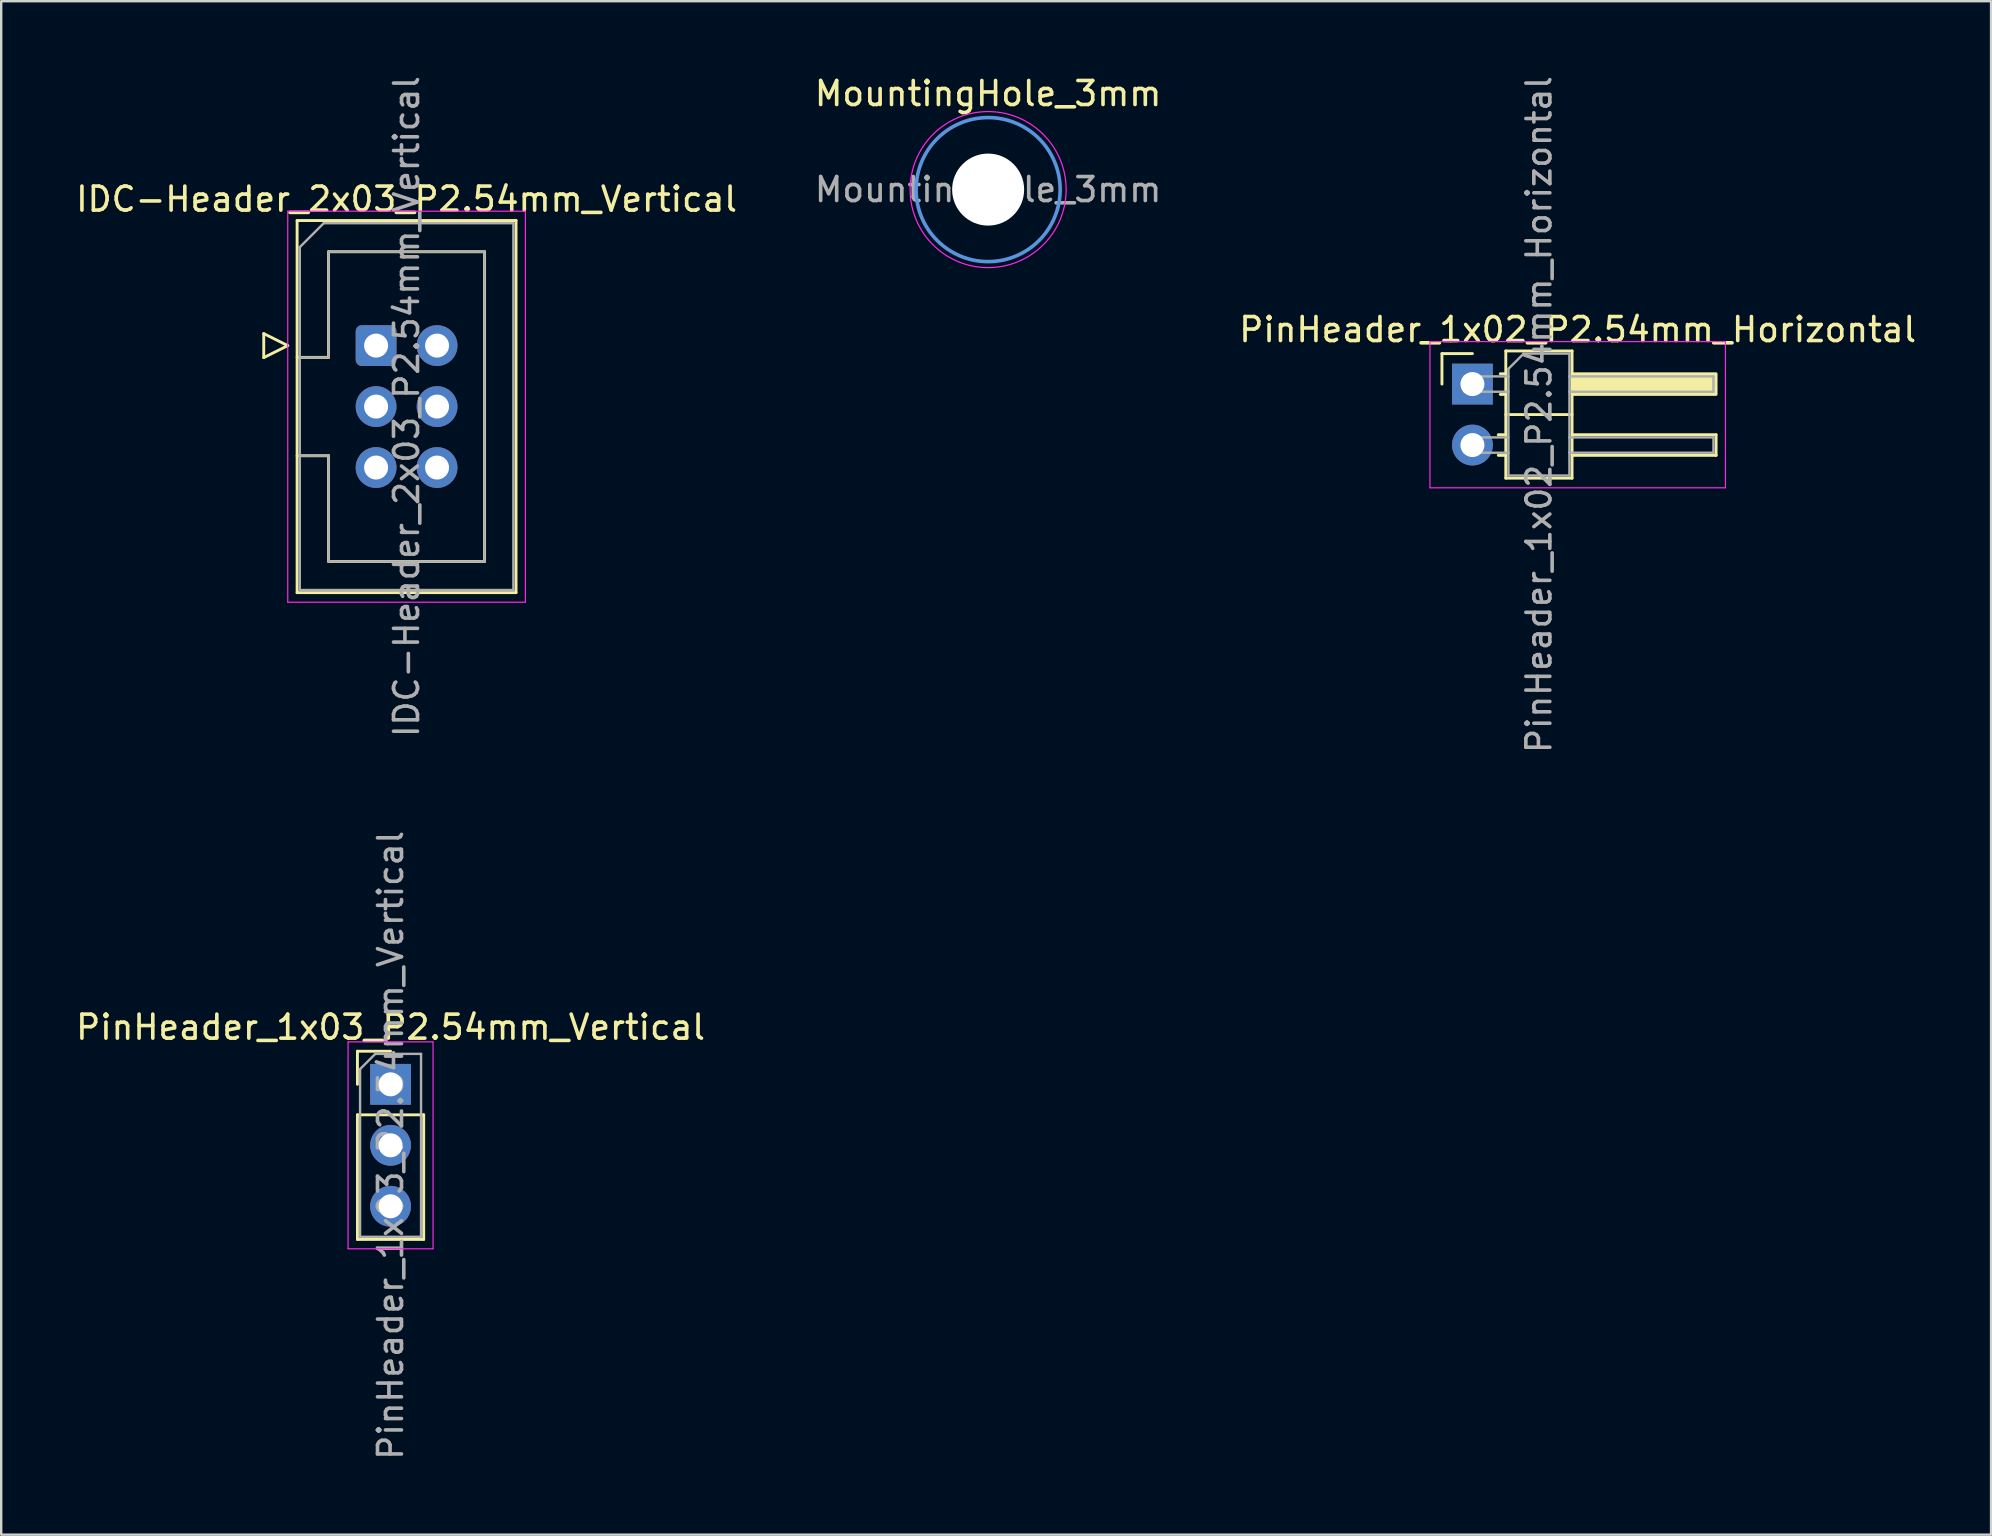
<source format=kicad_pcb>
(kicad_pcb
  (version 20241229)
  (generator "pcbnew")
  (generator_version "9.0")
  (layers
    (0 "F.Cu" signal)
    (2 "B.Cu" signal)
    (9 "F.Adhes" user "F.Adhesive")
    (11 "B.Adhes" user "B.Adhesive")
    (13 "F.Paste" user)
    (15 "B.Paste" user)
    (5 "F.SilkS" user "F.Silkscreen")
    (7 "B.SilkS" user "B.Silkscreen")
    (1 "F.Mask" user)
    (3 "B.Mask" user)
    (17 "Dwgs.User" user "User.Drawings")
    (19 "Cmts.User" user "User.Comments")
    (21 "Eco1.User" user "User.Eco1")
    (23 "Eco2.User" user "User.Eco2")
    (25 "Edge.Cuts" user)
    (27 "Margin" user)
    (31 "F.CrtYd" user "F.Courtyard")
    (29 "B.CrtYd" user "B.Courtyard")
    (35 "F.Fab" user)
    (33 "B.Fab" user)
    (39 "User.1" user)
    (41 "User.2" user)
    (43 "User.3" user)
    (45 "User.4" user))
  (footprint "PinHeader_1x03_P2.54mm_Vertical"
    (layer "F.Cu")
    (at 13.22 42.121)
    (property "Reference" "PinHeader_1x03_P2.54mm_Vertical" (at 0 -2.38 180) (layer "F.SilkS") (effects (font (size 1 1) (thickness 0.15))))
    (attr through_hole)
    (fp_line (start -1.38 -1.38) (end 0 -1.38) (stroke (width 0.12) (type solid)) (layer "F.SilkS"))
    (fp_line (start -1.38 0) (end -1.38 -1.38) (stroke (width 0.12) (type solid)) (layer "F.SilkS"))
    (fp_line (start -1.38 1.27) (end -1.38 6.46) (stroke (width 0.12) (type solid)) (layer "F.SilkS"))
    (fp_line (start -1.38 1.27) (end 1.38 1.27) (stroke (width 0.12) (type solid)) (layer "F.SilkS"))
    (fp_line (start -1.38 6.46) (end 1.38 6.46) (stroke (width 0.12) (type solid)) (layer "F.SilkS"))
    (fp_line (start 1.38 1.27) (end 1.38 6.46) (stroke (width 0.12) (type solid)) (layer "F.SilkS"))
    (fp_line (start -1.77 -1.77) (end -1.77 6.85) (stroke (width 0.05) (type solid)) (layer "F.CrtYd"))
    (fp_line (start -1.77 6.85) (end 1.77 6.85) (stroke (width 0.05) (type solid)) (layer "F.CrtYd"))
    (fp_line (start 1.77 -1.77) (end -1.77 -1.77) (stroke (width 0.05) (type solid)) (layer "F.CrtYd"))
    (fp_line (start 1.77 6.85) (end 1.77 -1.77) (stroke (width 0.05) (type solid)) (layer "F.CrtYd"))
    (fp_line (start -1.27 -0.635) (end -0.635 -1.27) (stroke (width 0.1) (type solid)) (layer "F.Fab"))
    (fp_line (start -1.27 6.35) (end -1.27 -0.635) (stroke (width 0.1) (type solid)) (layer "F.Fab"))
    (fp_line (start -0.635 -1.27) (end 1.27 -1.27) (stroke (width 0.1) (type solid)) (layer "F.Fab"))
    (fp_line (start 1.27 -1.27) (end 1.27 6.35) (stroke (width 0.1) (type solid)) (layer "F.Fab"))
    (fp_line (start 1.27 6.35) (end -1.27 6.35) (stroke (width 0.1) (type solid)) (layer "F.Fab"))
    (fp_text user "${REFERENCE}" (at 0 2.54 270) (layer "F.Fab") (effects (font (size 1 1) (thickness 0.15))))
    (pad "1" thru_hole rect (at 0 0) (size 1.7 1.7) (drill 1) (layers "*.Cu" "*.Mask"))
    (pad "2" thru_hole circle (at 0 2.54) (size 1.7 1.7) (drill 1) (layers "*.Cu" "*.Mask"))
    (pad "3" thru_hole circle (at 0 5.08) (size 1.7 1.7) (drill 1) (layers "*.Cu" "*.Mask")))
  (footprint "IDC-Header_2x03_P2.54mm_Vertical"
    (layer "F.Cu")
    (at 12.617 11.347)
    (property "Reference" "IDC-Header_2x03_P2.54mm_Vertical" (at 1.27 -6.1 0) (layer "F.SilkS") (effects (font (size 1 1) (thickness 0.15))))
    (attr through_hole)
    (fp_line (start -4.68 -0.5) (end -4.68 0.5) (stroke (width 0.12) (type solid)) (layer "F.SilkS"))
    (fp_line (start -4.68 0.5) (end -3.68 0) (stroke (width 0.12) (type solid)) (layer "F.SilkS"))
    (fp_line (start -3.68 0) (end -4.68 -0.5) (stroke (width 0.12) (type solid)) (layer "F.SilkS"))
    (fp_line (start -3.29 -5.21) (end 5.83 -5.21) (stroke (width 0.12) (type solid)) (layer "F.SilkS"))
    (fp_line (start -3.29 0.49) (end -1.98 0.49) (stroke (width 0.12) (type solid)) (layer "F.SilkS"))
    (fp_line (start -3.29 10.29) (end -3.29 -5.21) (stroke (width 0.12) (type solid)) (layer "F.SilkS"))
    (fp_line (start -1.98 -3.91) (end 4.52 -3.91) (stroke (width 0.12) (type solid)) (layer "F.SilkS"))
    (fp_line (start -1.98 0.49) (end -1.98 -3.91) (stroke (width 0.12) (type solid)) (layer "F.SilkS"))
    (fp_line (start -1.98 4.59) (end -3.29 4.59) (stroke (width 0.12) (type solid)) (layer "F.SilkS"))
    (fp_line (start -1.98 4.59) (end -1.98 4.59) (stroke (width 0.12) (type solid)) (layer "F.SilkS"))
    (fp_line (start -1.98 8.99) (end -1.98 4.59) (stroke (width 0.12) (type solid)) (layer "F.SilkS"))
    (fp_line (start 4.52 -3.91) (end 4.52 8.99) (stroke (width 0.12) (type solid)) (layer "F.SilkS"))
    (fp_line (start 4.52 8.99) (end -1.98 8.99) (stroke (width 0.12) (type solid)) (layer "F.SilkS"))
    (fp_line (start 5.83 -5.21) (end 5.83 10.29) (stroke (width 0.12) (type solid)) (layer "F.SilkS"))
    (fp_line (start 5.83 10.29) (end -3.29 10.29) (stroke (width 0.12) (type solid)) (layer "F.SilkS"))
    (fp_line (start -3.68 -5.6) (end -3.68 10.69) (stroke (width 0.05) (type solid)) (layer "F.CrtYd"))
    (fp_line (start -3.68 10.69) (end 6.22 10.69) (stroke (width 0.05) (type solid)) (layer "F.CrtYd"))
    (fp_line (start 6.22 -5.6) (end -3.68 -5.6) (stroke (width 0.05) (type solid)) (layer "F.CrtYd"))
    (fp_line (start 6.22 10.69) (end 6.22 -5.6) (stroke (width 0.05) (type solid)) (layer "F.CrtYd"))
    (fp_line (start -3.18 -4.1) (end -2.18 -5.1) (stroke (width 0.1) (type solid)) (layer "F.Fab"))
    (fp_line (start -3.18 0.49) (end -1.98 0.49) (stroke (width 0.1) (type solid)) (layer "F.Fab"))
    (fp_line (start -3.18 10.18) (end -3.18 -4.1) (stroke (width 0.1) (type solid)) (layer "F.Fab"))
    (fp_line (start -2.18 -5.1) (end 5.72 -5.1) (stroke (width 0.1) (type solid)) (layer "F.Fab"))
    (fp_line (start -1.98 -3.91) (end 4.52 -3.91) (stroke (width 0.1) (type solid)) (layer "F.Fab"))
    (fp_line (start -1.98 0.49) (end -1.98 -3.91) (stroke (width 0.1) (type solid)) (layer "F.Fab"))
    (fp_line (start -1.98 4.59) (end -3.18 4.59) (stroke (width 0.1) (type solid)) (layer "F.Fab"))
    (fp_line (start -1.98 4.59) (end -1.98 4.59) (stroke (width 0.1) (type solid)) (layer "F.Fab"))
    (fp_line (start -1.98 8.99) (end -1.98 4.59) (stroke (width 0.1) (type solid)) (layer "F.Fab"))
    (fp_line (start 4.52 -3.91) (end 4.52 8.99) (stroke (width 0.1) (type solid)) (layer "F.Fab"))
    (fp_line (start 4.52 8.99) (end -1.98 8.99) (stroke (width 0.1) (type solid)) (layer "F.Fab"))
    (fp_line (start 5.72 -5.1) (end 5.72 10.18) (stroke (width 0.1) (type solid)) (layer "F.Fab"))
    (fp_line (start 5.72 10.18) (end -3.18 10.18) (stroke (width 0.1) (type solid)) (layer "F.Fab"))
    (fp_text user "${REFERENCE}" (at 1.27 2.54 270) (layer "F.Fab") (effects (font (size 1 1) (thickness 0.15))))
    (pad "1" thru_hole roundrect (at 0 0) (size 1.7 1.7) (drill 1) (layers "*.Cu" "*.Mask") (roundrect_rratio 0.147))
    (pad "2" thru_hole circle (at 2.54 0) (size 1.7 1.7) (drill 1) (layers "*.Cu" "*.Mask"))
    (pad "3" thru_hole circle (at 0 2.54) (size 1.7 1.7) (drill 1) (layers "*.Cu" "*.Mask"))
    (pad "4" thru_hole circle (at 2.54 2.54) (size 1.7 1.7) (drill 1) (layers "*.Cu" "*.Mask"))
    (pad "5" thru_hole circle (at 0 5.08) (size 1.7 1.7) (drill 1) (layers "*.Cu" "*.Mask"))
    (pad "6" thru_hole circle (at 2.54 5.08) (size 1.7 1.7) (drill 1) (layers "*.Cu" "*.Mask")))
  (footprint "PinHeader_1x02_P2.54mm_Horizontal"
    (layer "F.Cu")
    (at 58.288 12.95)
    (property "Reference" "PinHeader_1x02_P2.54mm_Horizontal" (at 4.385 -2.27 0) (layer "F.SilkS") (effects (font (size 1 1) (thickness 0.15))))
    (attr through_hole)
    (fp_line (start -1.27 -1.27) (end 0 -1.27) (stroke (width 0.12) (type solid)) (layer "F.SilkS"))
    (fp_line (start -1.27 0) (end -1.27 -1.27) (stroke (width 0.12) (type solid)) (layer "F.SilkS"))
    (fp_line (start 1.077 2.11) (end 1.39 2.11) (stroke (width 0.12) (type solid)) (layer "F.SilkS"))
    (fp_line (start 1.077 2.97) (end 1.39 2.97) (stroke (width 0.12) (type solid)) (layer "F.SilkS"))
    (fp_line (start 1.16 -0.43) (end 1.39 -0.43) (stroke (width 0.12) (type solid)) (layer "F.SilkS"))
    (fp_line (start 1.16 0.43) (end 1.39 0.43) (stroke (width 0.12) (type solid)) (layer "F.SilkS"))
    (fp_line (start 1.39 -1.38) (end 1.39 3.92) (stroke (width 0.12) (type solid)) (layer "F.SilkS"))
    (fp_line (start 1.39 1.27) (end 4.15 1.27) (stroke (width 0.12) (type solid)) (layer "F.SilkS"))
    (fp_line (start 1.39 3.92) (end 4.15 3.92) (stroke (width 0.12) (type solid)) (layer "F.SilkS"))
    (fp_line (start 4.15 -1.38) (end 1.39 -1.38) (stroke (width 0.12) (type solid)) (layer "F.SilkS"))
    (fp_line (start 4.15 2.11) (end 10.15 2.11) (stroke (width 0.12) (type solid)) (layer "F.SilkS"))
    (fp_line (start 4.15 3.92) (end 4.15 -1.38) (stroke (width 0.12) (type solid)) (layer "F.SilkS"))
    (fp_line (start 10.15 2.11) (end 10.15 2.97) (stroke (width 0.12) (type solid)) (layer "F.SilkS"))
    (fp_line (start 10.15 2.97) (end 4.15 2.97) (stroke (width 0.12) (type solid)) (layer "F.SilkS"))
    (fp_rect (start 4.15 -0.43) (end 10.15 0.43) (stroke (width 0.12) (type solid)) (fill yes) (layer "F.SilkS"))
    (fp_line (start -1.77 -1.77) (end -1.77 4.32) (stroke (width 0.05) (type solid)) (layer "F.CrtYd"))
    (fp_line (start -1.77 4.32) (end 10.54 4.32) (stroke (width 0.05) (type solid)) (layer "F.CrtYd"))
    (fp_line (start 10.54 -1.77) (end -1.77 -1.77) (stroke (width 0.05) (type solid)) (layer "F.CrtYd"))
    (fp_line (start 10.54 4.32) (end 10.54 -1.77) (stroke (width 0.05) (type solid)) (layer "F.CrtYd"))
    (fp_line (start -0.32 -0.32) (end -0.32 0.32) (stroke (width 0.1) (type solid)) (layer "F.Fab"))
    (fp_line (start -0.32 -0.32) (end 1.5 -0.32) (stroke (width 0.1) (type solid)) (layer "F.Fab"))
    (fp_line (start -0.32 0.32) (end 1.5 0.32) (stroke (width 0.1) (type solid)) (layer "F.Fab"))
    (fp_line (start -0.32 2.22) (end -0.32 2.86) (stroke (width 0.1) (type solid)) (layer "F.Fab"))
    (fp_line (start -0.32 2.22) (end 1.5 2.22) (stroke (width 0.1) (type solid)) (layer "F.Fab"))
    (fp_line (start -0.32 2.86) (end 1.5 2.86) (stroke (width 0.1) (type solid)) (layer "F.Fab"))
    (fp_line (start 1.5 -0.635) (end 2.135 -1.27) (stroke (width 0.1) (type solid)) (layer "F.Fab"))
    (fp_line (start 1.5 3.81) (end 1.5 -0.635) (stroke (width 0.1) (type solid)) (layer "F.Fab"))
    (fp_line (start 2.135 -1.27) (end 4.04 -1.27) (stroke (width 0.1) (type solid)) (layer "F.Fab"))
    (fp_line (start 4.04 -1.27) (end 4.04 3.81) (stroke (width 0.1) (type solid)) (layer "F.Fab"))
    (fp_line (start 4.04 -0.32) (end 10.04 -0.32) (stroke (width 0.1) (type solid)) (layer "F.Fab"))
    (fp_line (start 4.04 0.32) (end 10.04 0.32) (stroke (width 0.1) (type solid)) (layer "F.Fab"))
    (fp_line (start 4.04 2.22) (end 10.04 2.22) (stroke (width 0.1) (type solid)) (layer "F.Fab"))
    (fp_line (start 4.04 2.86) (end 10.04 2.86) (stroke (width 0.1) (type solid)) (layer "F.Fab"))
    (fp_line (start 4.04 3.81) (end 1.5 3.81) (stroke (width 0.1) (type solid)) (layer "F.Fab"))
    (fp_line (start 10.04 -0.32) (end 10.04 0.32) (stroke (width 0.1) (type solid)) (layer "F.Fab"))
    (fp_line (start 10.04 2.22) (end 10.04 2.86) (stroke (width 0.1) (type solid)) (layer "F.Fab"))
    (fp_text user "${REFERENCE}" (at 2.77 1.27 90) (layer "F.Fab") (effects (font (size 1 1) (thickness 0.15))))
    (pad "1" thru_hole rect (at 0 0) (size 1.7 1.7) (drill 1) (layers "*.Cu" "*.Mask"))
    (pad "2" thru_hole circle (at 0 2.54) (size 1.7 1.7) (drill 1) (layers "*.Cu" "*.Mask")))
  (footprint "MountingHole_3mm"
    (layer "F.Cu")
    (at 38.113 4.848)
    (property "Reference" "MountingHole_3mm" (at 0 -4 0) (layer "F.SilkS") (effects (font (size 1 1) (thickness 0.15))))
    (attr exclude_from_pos_files exclude_from_bom)
    (fp_circle (center 0 0) (end 3 0) (stroke (width 0.15) (type solid)) (fill no) (layer "Cmts.User"))
    (fp_circle (center 0 0) (end 3.25 0) (stroke (width 0.05) (type solid)) (fill no) (layer "F.CrtYd"))
    (fp_text user "${REFERENCE}" (at 0 0 0) (layer "F.Fab") (effects (font (size 1 1) (thickness 0.15))))
    (pad "" np_thru_hole circle (at 0 0) (size 3 3) (drill 3) (layers "*.Cu" "*.Mask")))
  (gr_rect
    (start -3 -3)
    (end 79.893 60.881)
    (stroke (width 0.1) (type default))
    (fill no)
    (layer "Edge.Cuts")))
</source>
